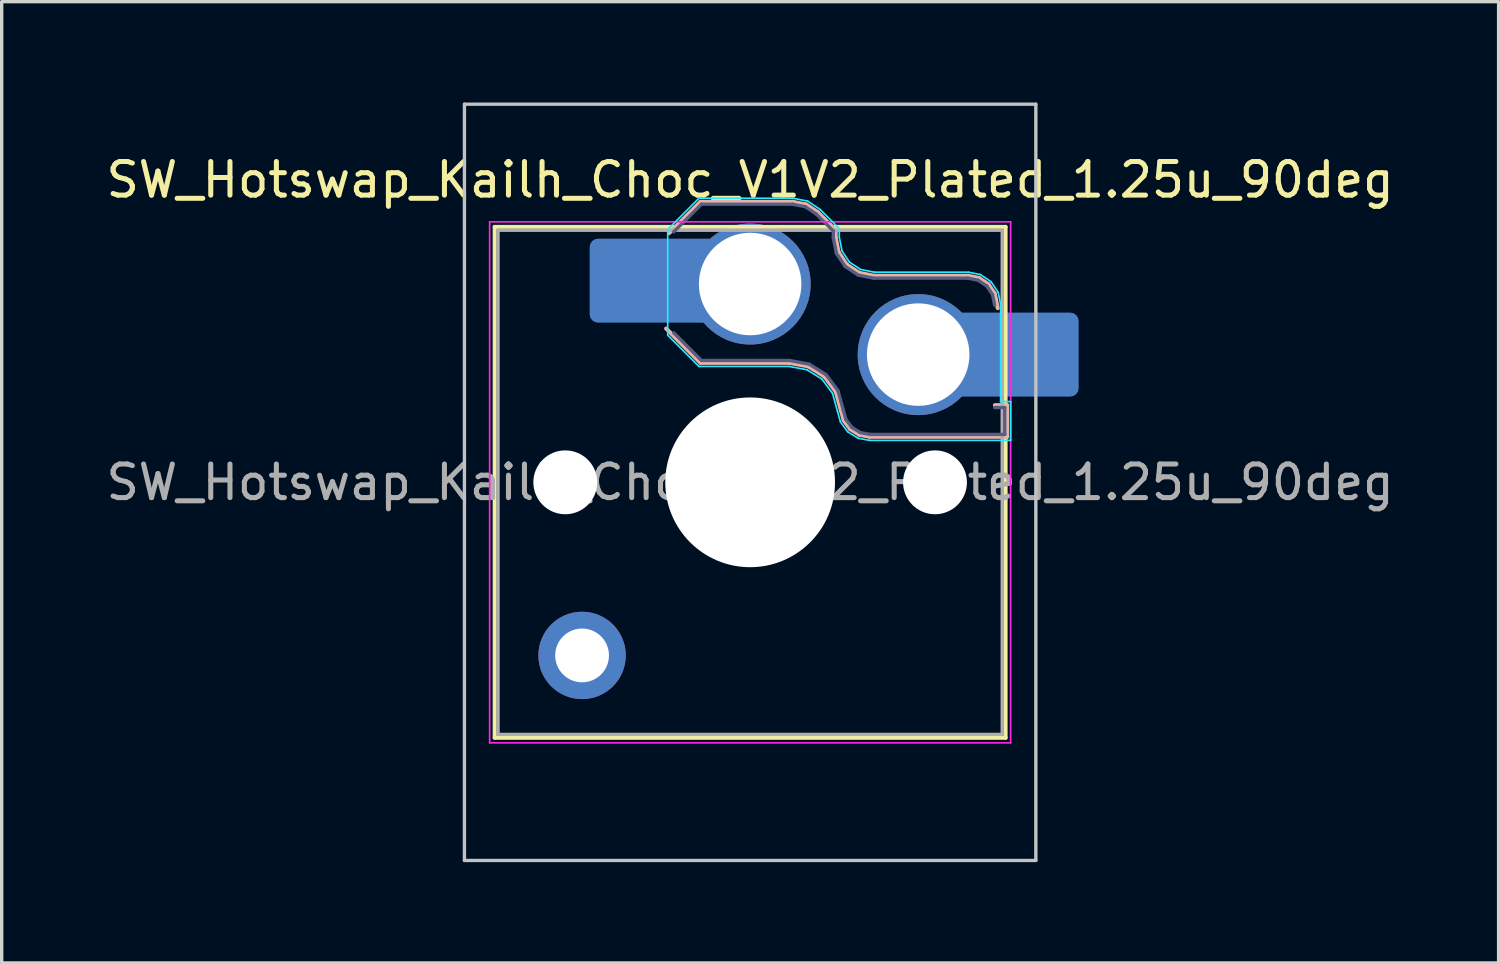
<source format=kicad_pcb>
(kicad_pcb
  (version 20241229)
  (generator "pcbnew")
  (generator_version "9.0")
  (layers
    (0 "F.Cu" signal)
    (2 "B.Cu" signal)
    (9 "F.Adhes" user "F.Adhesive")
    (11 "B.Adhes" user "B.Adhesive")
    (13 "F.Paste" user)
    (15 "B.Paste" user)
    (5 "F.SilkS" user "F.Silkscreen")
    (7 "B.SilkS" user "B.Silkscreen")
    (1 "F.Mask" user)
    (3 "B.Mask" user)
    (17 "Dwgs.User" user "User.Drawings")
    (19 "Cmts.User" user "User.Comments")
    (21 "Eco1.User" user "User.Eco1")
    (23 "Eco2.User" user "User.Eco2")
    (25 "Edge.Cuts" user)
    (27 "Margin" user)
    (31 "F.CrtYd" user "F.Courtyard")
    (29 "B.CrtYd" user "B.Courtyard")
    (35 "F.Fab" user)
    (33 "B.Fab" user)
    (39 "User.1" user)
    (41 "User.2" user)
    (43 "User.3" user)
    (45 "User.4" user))
  (footprint "SW_Hotswap_Kailh_Choc_V1V2_Plated_1.25u_90deg"
    (layer "F.Cu")
    (at 19.268 11.3)
    (property "Reference" "SW_Hotswap_Kailh_Choc_V1V2_Plated_1.25u_90deg" (at 0 -9 0) (layer "F.SilkS") (effects (font (size 1 1) (thickness 0.15))))
    (attr smd)
    (fp_line (start -7.6 -7.6) (end -7.6 7.6) (stroke (width 0.12) (type solid)) (layer "F.SilkS"))
    (fp_line (start -7.6 7.6) (end 7.6 7.6) (stroke (width 0.12) (type solid)) (layer "F.SilkS"))
    (fp_line (start 7.6 -7.6) (end -7.6 -7.6) (stroke (width 0.12) (type solid)) (layer "F.SilkS"))
    (fp_line (start 7.6 7.6) (end 7.6 -7.6) (stroke (width 0.12) (type solid)) (layer "F.SilkS"))
    (fp_line (start -2.416 -7.409) (end -1.479 -8.346) (stroke (width 0.12) (type solid)) (layer "B.SilkS"))
    (fp_line (start -1.479 -8.346) (end 1.268 -8.346) (stroke (width 0.12) (type solid)) (layer "B.SilkS"))
    (fp_line (start -1.479 -3.554) (end -2.5 -4.575) (stroke (width 0.12) (type solid)) (layer "B.SilkS"))
    (fp_line (start 1.168 -3.554) (end -1.479 -3.554) (stroke (width 0.12) (type solid)) (layer "B.SilkS"))
    (fp_line (start 1.268 -8.346) (end 1.671 -8.266) (stroke (width 0.12) (type solid)) (layer "B.SilkS"))
    (fp_line (start 1.671 -8.266) (end 2.013 -8.037) (stroke (width 0.12) (type solid)) (layer "B.SilkS"))
    (fp_line (start 1.73 -3.449) (end 1.168 -3.554) (stroke (width 0.12) (type solid)) (layer "B.SilkS"))
    (fp_line (start 2.013 -8.037) (end 2.546 -7.504) (stroke (width 0.12) (type solid)) (layer "B.SilkS"))
    (fp_line (start 2.209 -3.15) (end 1.73 -3.449) (stroke (width 0.12) (type solid)) (layer "B.SilkS"))
    (fp_line (start 2.546 -7.504) (end 2.546 -7.282) (stroke (width 0.12) (type solid)) (layer "B.SilkS"))
    (fp_line (start 2.546 -7.282) (end 2.633 -6.844) (stroke (width 0.12) (type solid)) (layer "B.SilkS"))
    (fp_line (start 2.547 -2.697) (end 2.209 -3.15) (stroke (width 0.12) (type solid)) (layer "B.SilkS"))
    (fp_line (start 2.633 -6.844) (end 2.877 -6.477) (stroke (width 0.12) (type solid)) (layer "B.SilkS"))
    (fp_line (start 2.701 -2.139) (end 2.547 -2.697) (stroke (width 0.12) (type solid)) (layer "B.SilkS"))
    (fp_line (start 2.783 -1.841) (end 2.701 -2.139) (stroke (width 0.12) (type solid)) (layer "B.SilkS"))
    (fp_line (start 2.877 -6.477) (end 3.244 -6.233) (stroke (width 0.12) (type solid)) (layer "B.SilkS"))
    (fp_line (start 2.976 -1.583) (end 2.783 -1.841) (stroke (width 0.12) (type solid)) (layer "B.SilkS"))
    (fp_line (start 3.244 -6.233) (end 3.682 -6.146) (stroke (width 0.12) (type solid)) (layer "B.SilkS"))
    (fp_line (start 3.25 -1.413) (end 2.976 -1.583) (stroke (width 0.12) (type solid)) (layer "B.SilkS"))
    (fp_line (start 3.56 -1.354) (end 3.25 -1.413) (stroke (width 0.12) (type solid)) (layer "B.SilkS"))
    (fp_line (start 3.682 -6.146) (end 6.482 -6.146) (stroke (width 0.12) (type solid)) (layer "B.SilkS"))
    (fp_line (start 6.482 -6.146) (end 6.809 -6.081) (stroke (width 0.12) (type solid)) (layer "B.SilkS"))
    (fp_line (start 6.809 -6.081) (end 7.092 -5.892) (stroke (width 0.12) (type solid)) (layer "B.SilkS"))
    (fp_line (start 7.092 -5.892) (end 7.281 -5.609) (stroke (width 0.12) (type solid)) (layer "B.SilkS"))
    (fp_line (start 7.281 -5.609) (end 7.366 -5.182) (stroke (width 0.12) (type solid)) (layer "B.SilkS"))
    (fp_line (start 7.283 -2.296) (end 7.646 -2.296) (stroke (width 0.12) (type solid)) (layer "B.SilkS"))
    (fp_line (start 7.646 -2.296) (end 7.646 -1.354) (stroke (width 0.12) (type solid)) (layer "B.SilkS"))
    (fp_line (start 7.646 -1.354) (end 3.56 -1.354) (stroke (width 0.12) (type solid)) (layer "B.SilkS"))
    (fp_line (start -8.5 -11.25) (end 8.5 -11.25) (stroke (width 0.1) (type solid)) (layer "Dwgs.User"))
    (fp_line (start -8.5 11.25) (end -8.5 -11.25) (stroke (width 0.1) (type solid)) (layer "Dwgs.User"))
    (fp_line (start 8.5 -11.25) (end 8.5 11.25) (stroke (width 0.1) (type solid)) (layer "Dwgs.User"))
    (fp_line (start 8.5 11.25) (end -8.5 11.25) (stroke (width 0.1) (type solid)) (layer "Dwgs.User"))
    (fp_line (start -7.25 -7.25) (end -7.25 7.25) (stroke (width 0.1) (type solid)) (layer "Eco1.User"))
    (fp_line (start -7.25 7.25) (end 7.25 7.25) (stroke (width 0.1) (type solid)) (layer "Eco1.User"))
    (fp_line (start 7.25 -7.25) (end -7.25 -7.25) (stroke (width 0.1) (type solid)) (layer "Eco1.User"))
    (fp_line (start 7.25 7.25) (end 7.25 -7.25) (stroke (width 0.1) (type solid)) (layer "Eco1.User"))
    (fp_line (start -2.452 -7.523) (end -1.523 -8.452) (stroke (width 0.05) (type solid)) (layer "B.CrtYd"))
    (fp_line (start -2.452 -4.377) (end -2.452 -7.523) (stroke (width 0.05) (type solid)) (layer "B.CrtYd"))
    (fp_line (start -1.523 -8.452) (end 1.278 -8.452) (stroke (width 0.05) (type solid)) (layer "B.CrtYd"))
    (fp_line (start -1.523 -3.448) (end -2.452 -4.377) (stroke (width 0.05) (type solid)) (layer "B.CrtYd"))
    (fp_line (start 1.159 -3.448) (end -1.523 -3.448) (stroke (width 0.05) (type solid)) (layer "B.CrtYd"))
    (fp_line (start 1.278 -8.452) (end 1.712 -8.366) (stroke (width 0.05) (type solid)) (layer "B.CrtYd"))
    (fp_line (start 1.691 -3.348) (end 1.159 -3.448) (stroke (width 0.05) (type solid)) (layer "B.CrtYd"))
    (fp_line (start 1.712 -8.366) (end 2.081 -8.119) (stroke (width 0.05) (type solid)) (layer "B.CrtYd"))
    (fp_line (start 2.081 -8.119) (end 2.652 -7.548) (stroke (width 0.05) (type solid)) (layer "B.CrtYd"))
    (fp_line (start 2.136 -3.071) (end 1.691 -3.348) (stroke (width 0.05) (type solid)) (layer "B.CrtYd"))
    (fp_line (start 2.45 -2.65) (end 2.136 -3.071) (stroke (width 0.05) (type solid)) (layer "B.CrtYd"))
    (fp_line (start 2.599 -2.111) (end 2.45 -2.65) (stroke (width 0.05) (type solid)) (layer "B.CrtYd"))
    (fp_line (start 2.652 -7.548) (end 2.652 -7.292) (stroke (width 0.05) (type solid)) (layer "B.CrtYd"))
    (fp_line (start 2.652 -7.292) (end 2.733 -6.885) (stroke (width 0.05) (type solid)) (layer "B.CrtYd"))
    (fp_line (start 2.687 -1.794) (end 2.599 -2.111) (stroke (width 0.05) (type solid)) (layer "B.CrtYd"))
    (fp_line (start 2.733 -6.885) (end 2.953 -6.553) (stroke (width 0.05) (type solid)) (layer "B.CrtYd"))
    (fp_line (start 2.903 -1.503) (end 2.687 -1.794) (stroke (width 0.05) (type solid)) (layer "B.CrtYd"))
    (fp_line (start 2.953 -6.553) (end 3.285 -6.333) (stroke (width 0.05) (type solid)) (layer "B.CrtYd"))
    (fp_line (start 3.211 -1.312) (end 2.903 -1.503) (stroke (width 0.05) (type solid)) (layer "B.CrtYd"))
    (fp_line (start 3.285 -6.333) (end 3.692 -6.252) (stroke (width 0.05) (type solid)) (layer "B.CrtYd"))
    (fp_line (start 3.55 -1.248) (end 3.211 -1.312) (stroke (width 0.05) (type solid)) (layer "B.CrtYd"))
    (fp_line (start 3.692 -6.252) (end 6.492 -6.252) (stroke (width 0.05) (type solid)) (layer "B.CrtYd"))
    (fp_line (start 6.492 -6.252) (end 6.85 -6.181) (stroke (width 0.05) (type solid)) (layer "B.CrtYd"))
    (fp_line (start 6.85 -6.181) (end 7.168 -5.968) (stroke (width 0.05) (type solid)) (layer "B.CrtYd"))
    (fp_line (start 7.168 -5.968) (end 7.381 -5.65) (stroke (width 0.05) (type solid)) (layer "B.CrtYd"))
    (fp_line (start 7.381 -5.65) (end 7.452 -5.292) (stroke (width 0.05) (type solid)) (layer "B.CrtYd"))
    (fp_line (start 7.452 -5.292) (end 7.452 -2.402) (stroke (width 0.05) (type solid)) (layer "B.CrtYd"))
    (fp_line (start 7.452 -2.402) (end 7.752 -2.402) (stroke (width 0.05) (type solid)) (layer "B.CrtYd"))
    (fp_line (start 7.752 -2.402) (end 7.752 -1.248) (stroke (width 0.05) (type solid)) (layer "B.CrtYd"))
    (fp_line (start 7.752 -1.248) (end 3.55 -1.248) (stroke (width 0.05) (type solid)) (layer "B.CrtYd"))
    (fp_line (start -7.75 -7.75) (end -7.75 7.75) (stroke (width 0.05) (type solid)) (layer "F.CrtYd"))
    (fp_line (start -7.75 7.75) (end 7.75 7.75) (stroke (width 0.05) (type solid)) (layer "F.CrtYd"))
    (fp_line (start 7.75 -7.75) (end -7.75 -7.75) (stroke (width 0.05) (type solid)) (layer "F.CrtYd"))
    (fp_line (start 7.75 7.75) (end 7.75 -7.75) (stroke (width 0.05) (type solid)) (layer "F.CrtYd"))
    (fp_line (start -2.275 -7.45) (end -1.45 -8.275) (stroke (width 0.1) (type solid)) (layer "B.Fab"))
    (fp_line (start -1.45 -8.275) (end 1.261 -8.275) (stroke (width 0.1) (type solid)) (layer "B.Fab"))
    (fp_line (start -1.45 -3.625) (end -2.275 -4.45) (stroke (width 0.1) (type solid)) (layer "B.Fab"))
    (fp_line (start 1.175 -3.625) (end -1.45 -3.625) (stroke (width 0.1) (type solid)) (layer "B.Fab"))
    (fp_line (start 1.261 -8.275) (end 1.643 -8.199) (stroke (width 0.1) (type solid)) (layer "B.Fab"))
    (fp_line (start 1.643 -8.199) (end 1.968 -7.982) (stroke (width 0.1) (type solid)) (layer "B.Fab"))
    (fp_line (start 1.756 -3.516) (end 1.175 -3.625) (stroke (width 0.1) (type solid)) (layer "B.Fab"))
    (fp_line (start 1.968 -7.982) (end 2.475 -7.475) (stroke (width 0.1) (type solid)) (layer "B.Fab"))
    (fp_line (start 2.258 -3.203) (end 1.756 -3.516) (stroke (width 0.1) (type solid)) (layer "B.Fab"))
    (fp_line (start 2.475 -7.475) (end 2.475 -7.275) (stroke (width 0.1) (type solid)) (layer "B.Fab"))
    (fp_line (start 2.475 -7.275) (end 2.566 -6.816) (stroke (width 0.1) (type solid)) (layer "B.Fab"))
    (fp_line (start 2.566 -6.816) (end 2.826 -6.426) (stroke (width 0.1) (type solid)) (layer "B.Fab"))
    (fp_line (start 2.612 -2.729) (end 2.258 -3.203) (stroke (width 0.1) (type solid)) (layer "B.Fab"))
    (fp_line (start 2.769 -2.158) (end 2.612 -2.729) (stroke (width 0.1) (type solid)) (layer "B.Fab"))
    (fp_line (start 2.826 -6.426) (end 3.216 -6.166) (stroke (width 0.1) (type solid)) (layer "B.Fab"))
    (fp_line (start 2.848 -1.873) (end 2.769 -2.158) (stroke (width 0.1) (type solid)) (layer "B.Fab"))
    (fp_line (start 3.025 -1.636) (end 2.848 -1.873) (stroke (width 0.1) (type solid)) (layer "B.Fab"))
    (fp_line (start 3.216 -6.166) (end 3.675 -6.075) (stroke (width 0.1) (type solid)) (layer "B.Fab"))
    (fp_line (start 3.276 -1.48) (end 3.025 -1.636) (stroke (width 0.1) (type solid)) (layer "B.Fab"))
    (fp_line (start 3.567 -1.425) (end 3.276 -1.48) (stroke (width 0.1) (type solid)) (layer "B.Fab"))
    (fp_line (start 3.675 -6.075) (end 6.475 -6.075) (stroke (width 0.1) (type solid)) (layer "B.Fab"))
    (fp_line (start 6.475 -6.075) (end 6.781 -6.014) (stroke (width 0.1) (type solid)) (layer "B.Fab"))
    (fp_line (start 6.781 -6.014) (end 7.041 -5.841) (stroke (width 0.1) (type solid)) (layer "B.Fab"))
    (fp_line (start 7.041 -5.841) (end 7.214 -5.581) (stroke (width 0.1) (type solid)) (layer "B.Fab"))
    (fp_line (start 7.214 -5.581) (end 7.275 -5.275) (stroke (width 0.1) (type solid)) (layer "B.Fab"))
    (fp_line (start 7.275 -2.225) (end 7.575 -2.225) (stroke (width 0.1) (type solid)) (layer "B.Fab"))
    (fp_line (start 7.575 -2.225) (end 7.575 -1.425) (stroke (width 0.1) (type solid)) (layer "B.Fab"))
    (fp_line (start 7.575 -1.425) (end 3.567 -1.425) (stroke (width 0.1) (type solid)) (layer "B.Fab"))
    (fp_line (start -7.5 -7.5) (end -7.5 7.5) (stroke (width 0.1) (type solid)) (layer "F.Fab"))
    (fp_line (start -7.5 7.5) (end 7.5 7.5) (stroke (width 0.1) (type solid)) (layer "F.Fab"))
    (fp_line (start 7.5 -7.5) (end -7.5 -7.5) (stroke (width 0.1) (type solid)) (layer "F.Fab"))
    (fp_line (start 7.5 7.5) (end 7.5 -7.5) (stroke (width 0.1) (type solid)) (layer "F.Fab"))
    (fp_text user "${REFERENCE}" (at 0 0 0) (layer "F.Fab") (effects (font (size 1 1) (thickness 0.15))))
    (pad "" np_thru_hole circle (at -5.5 0) (size 1.9 1.9) (drill 1.9) (layers "*.Cu" "*.Mask"))
    (pad "" smd circle (at -5 5.15) (size 1.65 1.65) (layers "F.Mask"))
    (pad "" thru_hole circle (at -5 5.15) (size 2.6 2.6) (drill 1.6) (layers "*.Cu" "B.Mask"))
    (pad "" smd roundrect (at -3.5 -6) (size 2.55 2.5) (layers "B.Mask" "B.Paste") (roundrect_rratio 0.1))
    (pad "" smd circle (at 0 -5.9) (size 3.1 3.1) (layers "F.Mask"))
    (pad "" np_thru_hole circle (at 0 0) (size 5.05 5.05) (drill 5.05) (layers "*.Cu" "*.Mask"))
    (pad "" smd circle (at 5 -3.8) (size 3.1 3.1) (layers "F.Mask"))
    (pad "" np_thru_hole circle (at 5.5 0) (size 1.9 1.9) (drill 1.9) (layers "*.Cu" "*.Mask"))
    (pad "" smd roundrect (at 8.5 -3.8) (size 2.55 2.5) (layers "B.Mask" "B.Paste") (roundrect_rratio 0.1))
    (pad "1" smd roundrect (at -2.85 -6) (size 3.85 2.5) (layers "B.Cu") (roundrect_rratio 0.1))
    (pad "1" thru_hole circle (at 0 -5.9) (size 3.6 3.6) (drill 3.05) (layers "*.Cu" "B.Mask"))
    (pad "2" thru_hole circle (at 5 -3.8) (size 3.6 3.6) (drill 3.05) (layers "*.Cu" "B.Mask"))
    (pad "2" smd roundrect (at 7.85 -3.8) (size 3.85 2.5) (layers "B.Cu") (roundrect_rratio 0.1)))
  (gr_rect
    (start -3 -3)
    (end 41.536 25.6)
    (stroke (width 0.1) (type default))
    (fill no)
    (layer "Edge.Cuts")))
</source>
